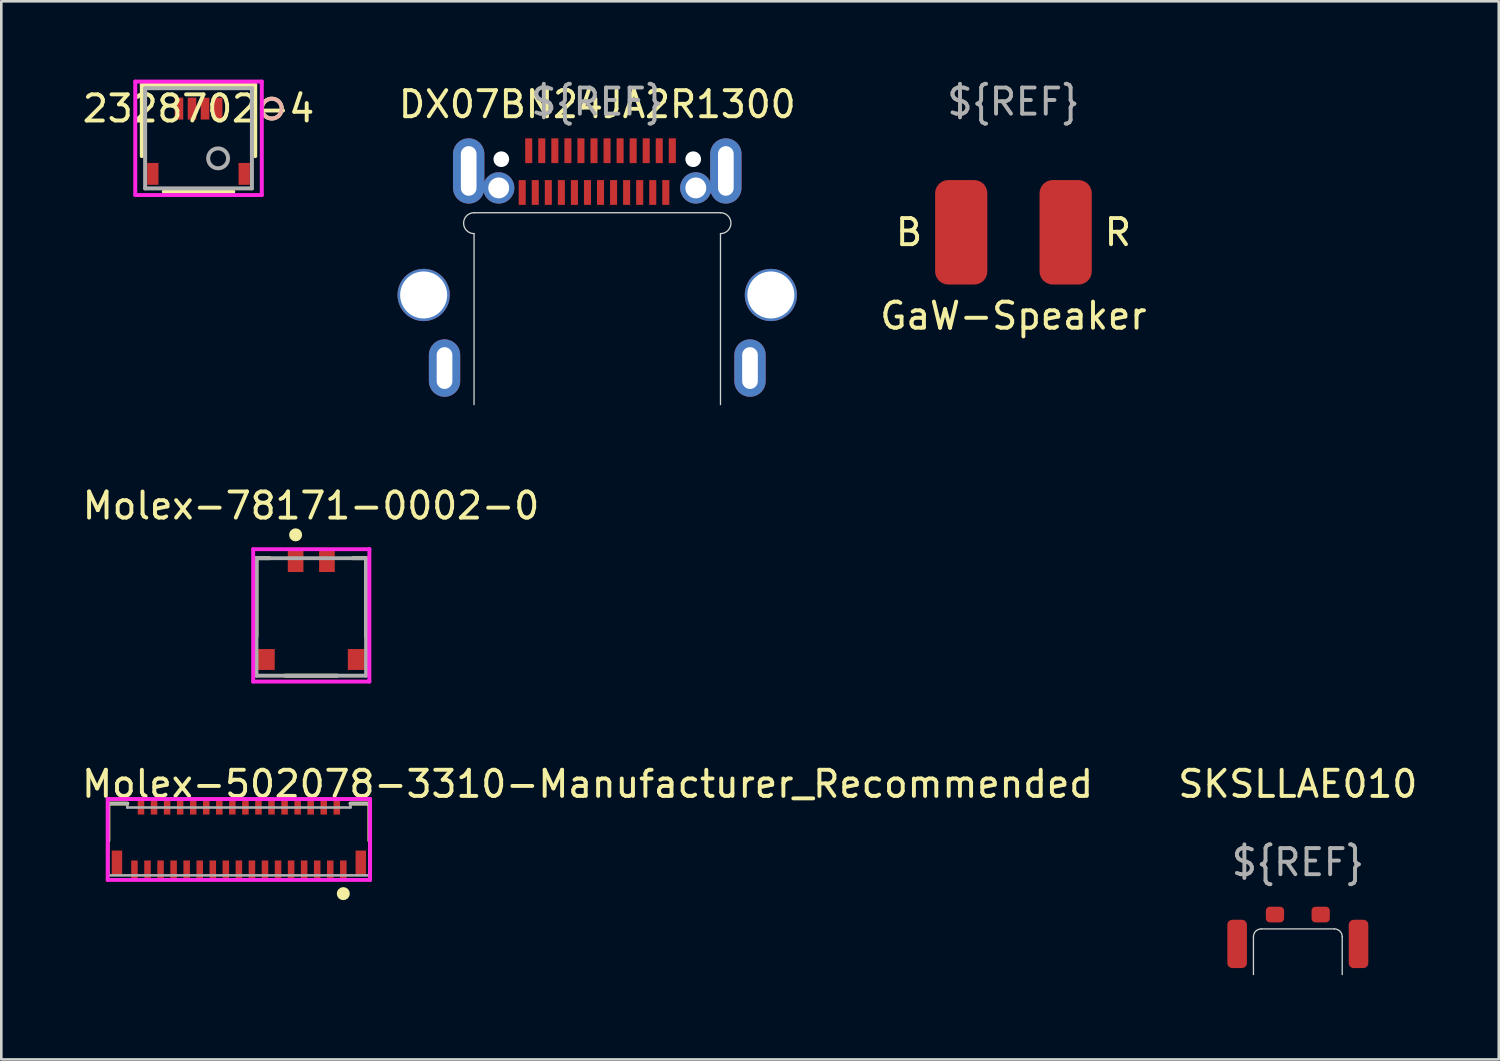
<source format=kicad_pcb>
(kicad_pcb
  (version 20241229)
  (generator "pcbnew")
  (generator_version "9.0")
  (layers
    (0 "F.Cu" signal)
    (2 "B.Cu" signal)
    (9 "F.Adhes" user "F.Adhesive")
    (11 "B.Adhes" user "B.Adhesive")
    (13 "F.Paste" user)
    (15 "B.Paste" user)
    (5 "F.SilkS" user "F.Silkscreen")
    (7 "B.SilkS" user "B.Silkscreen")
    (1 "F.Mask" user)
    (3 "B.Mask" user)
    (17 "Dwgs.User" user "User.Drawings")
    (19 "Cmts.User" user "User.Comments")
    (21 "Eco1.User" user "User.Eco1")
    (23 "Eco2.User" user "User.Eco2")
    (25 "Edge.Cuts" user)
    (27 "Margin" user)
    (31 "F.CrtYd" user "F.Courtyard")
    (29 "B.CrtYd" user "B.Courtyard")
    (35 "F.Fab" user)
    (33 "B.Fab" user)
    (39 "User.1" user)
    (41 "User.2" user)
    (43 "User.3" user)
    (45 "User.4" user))
  (footprint "Molex-502078-3310-Manufacturer_Recommended"
    (layer "F.Cu")
    (at 6.1 29.067)
    (property "Reference" "Molex-502078-3310-Manufacturer_Recommended" (at -6.1 -2.087 0) (layer "F.SilkS") (effects (font (size 1 1) (thickness 0.15)) (justify left)))
    (attr through_hole)
    (fp_line (start -5 -1.338) (end -4.275 -1.338) (stroke (width 0.15) (type solid)) (layer "F.SilkS"))
    (fp_line (start -5 0.084) (end -5 -1.338) (stroke (width 0.15) (type solid)) (layer "F.SilkS"))
    (fp_line (start 4.275 -1.338) (end 5 -1.338) (stroke (width 0.15) (type solid)) (layer "F.SilkS"))
    (fp_line (start 5 0.084) (end 5 -1.338) (stroke (width 0.15) (type solid)) (layer "F.SilkS"))
    (fp_circle (center 4 2.112) (end 4.125 2.112) (stroke (width 0.25) (type solid)) (fill no) (layer "F.SilkS"))
    (fp_line (start -5.025 -1.512) (end -5.025 1.587) (stroke (width 0.15) (type solid)) (layer "F.CrtYd"))
    (fp_line (start -5.025 1.587) (end 5.025 1.587) (stroke (width 0.15) (type solid)) (layer "F.CrtYd"))
    (fp_line (start 5.025 -1.512) (end -5.025 -1.512) (stroke (width 0.15) (type solid)) (layer "F.CrtYd"))
    (fp_line (start 5.025 -1.512) (end 5.025 -1.512) (stroke (width 0.15) (type solid)) (layer "F.CrtYd"))
    (fp_line (start 5.025 1.587) (end 5.025 -1.512) (stroke (width 0.15) (type solid)) (layer "F.CrtYd"))
    (fp_line (start -5 -1.338) (end -5 -1.338) (stroke (width 0.1) (type solid)) (layer "F.Fab"))
    (fp_line (start -5 -1.338) (end -4.275 -1.338) (stroke (width 0.1) (type solid)) (layer "F.Fab"))
    (fp_line (start -5 1.412) (end -5 -1.338) (stroke (width 0.1) (type solid)) (layer "F.Fab"))
    (fp_line (start -5 1.412) (end -5 1.412) (stroke (width 0.1) (type solid)) (layer "F.Fab"))
    (fp_line (start -5 1.412) (end 5 1.412) (stroke (width 0.1) (type solid)) (layer "F.Fab"))
    (fp_line (start -4.275 -1.188) (end -4.275 -1.338) (stroke (width 0.1) (type solid)) (layer "F.Fab"))
    (fp_line (start -4.275 -1.188) (end 4.275 -1.188) (stroke (width 0.1) (type solid)) (layer "F.Fab"))
    (fp_line (start 4.275 -1.338) (end 5 -1.338) (stroke (width 0.1) (type solid)) (layer "F.Fab"))
    (fp_line (start 4.275 -1.188) (end 4.275 -1.338) (stroke (width 0.1) (type solid)) (layer "F.Fab"))
    (fp_line (start 5 1.412) (end 5 -1.338) (stroke (width 0.1) (type solid)) (layer "F.Fab"))
    (pad "1" smd rect (at 4 1.202) (size 0.25 0.72) (layers "F.Cu" "F.Mask" "F.Paste"))
    (pad "2" smd rect (at 3.75 -1.202) (size 0.25 0.57) (layers "F.Cu" "F.Mask" "F.Paste"))
    (pad "3" smd rect (at 3.5 1.202) (size 0.25 0.72) (layers "F.Cu" "F.Mask" "F.Paste"))
    (pad "4" smd rect (at 3.25 -1.202) (size 0.25 0.57) (layers "F.Cu" "F.Mask" "F.Paste"))
    (pad "5" smd rect (at 3 1.202) (size 0.25 0.72) (layers "F.Cu" "F.Mask" "F.Paste"))
    (pad "6" smd rect (at 2.75 -1.202) (size 0.25 0.57) (layers "F.Cu" "F.Mask" "F.Paste"))
    (pad "7" smd rect (at 2.5 1.202) (size 0.25 0.72) (layers "F.Cu" "F.Mask" "F.Paste"))
    (pad "8" smd rect (at 2.25 -1.202) (size 0.25 0.57) (layers "F.Cu" "F.Mask" "F.Paste"))
    (pad "9" smd rect (at 2 1.202) (size 0.25 0.72) (layers "F.Cu" "F.Mask" "F.Paste"))
    (pad "10" smd rect (at 1.75 -1.202) (size 0.25 0.57) (layers "F.Cu" "F.Mask" "F.Paste"))
    (pad "11" smd rect (at 1.5 1.202) (size 0.25 0.72) (layers "F.Cu" "F.Mask" "F.Paste"))
    (pad "12" smd rect (at 1.25 -1.202) (size 0.25 0.57) (layers "F.Cu" "F.Mask" "F.Paste"))
    (pad "13" smd rect (at 1 1.202) (size 0.25 0.72) (layers "F.Cu" "F.Mask" "F.Paste"))
    (pad "14" smd rect (at 0.75 -1.202) (size 0.25 0.57) (layers "F.Cu" "F.Mask" "F.Paste"))
    (pad "15" smd rect (at 0.5 1.202) (size 0.25 0.72) (layers "F.Cu" "F.Mask" "F.Paste"))
    (pad "16" smd rect (at 0.25 -1.202) (size 0.25 0.57) (layers "F.Cu" "F.Mask" "F.Paste"))
    (pad "17" smd rect (at 0.000004 1.202) (size 0.25 0.72) (layers "F.Cu" "F.Mask" "F.Paste"))
    (pad "18" smd rect (at -0.25 -1.202) (size 0.25 0.57) (layers "F.Cu" "F.Mask" "F.Paste"))
    (pad "19" smd rect (at -0.5 1.202) (size 0.25 0.72) (layers "F.Cu" "F.Mask" "F.Paste"))
    (pad "20" smd rect (at -0.75 -1.202) (size 0.25 0.57) (layers "F.Cu" "F.Mask" "F.Paste"))
    (pad "21" smd rect (at -1 1.202) (size 0.25 0.72) (layers "F.Cu" "F.Mask" "F.Paste"))
    (pad "22" smd rect (at -1.25 -1.202) (size 0.25 0.57) (layers "F.Cu" "F.Mask" "F.Paste"))
    (pad "23" smd rect (at -1.5 1.202) (size 0.25 0.72) (layers "F.Cu" "F.Mask" "F.Paste"))
    (pad "24" smd rect (at -1.75 -1.202) (size 0.25 0.57) (layers "F.Cu" "F.Mask" "F.Paste"))
    (pad "25" smd rect (at -2 1.202) (size 0.25 0.72) (layers "F.Cu" "F.Mask" "F.Paste"))
    (pad "26" smd rect (at -2.25 -1.202) (size 0.25 0.57) (layers "F.Cu" "F.Mask" "F.Paste"))
    (pad "27" smd rect (at -2.5 1.202) (size 0.25 0.72) (layers "F.Cu" "F.Mask" "F.Paste"))
    (pad "28" smd rect (at -2.75 -1.202) (size 0.25 0.57) (layers "F.Cu" "F.Mask" "F.Paste"))
    (pad "29" smd rect (at -3 1.202) (size 0.25 0.72) (layers "F.Cu" "F.Mask" "F.Paste"))
    (pad "30" smd rect (at -3.25 -1.202) (size 0.25 0.57) (layers "F.Cu" "F.Mask" "F.Paste"))
    (pad "31" smd rect (at -3.5 1.202) (size 0.25 0.72) (layers "F.Cu" "F.Mask" "F.Paste"))
    (pad "32" smd rect (at -3.75 -1.202) (size 0.25 0.57) (layers "F.Cu" "F.Mask" "F.Paste"))
    (pad "33" smd rect (at -4 1.202) (size 0.25 0.72) (layers "F.Cu" "F.Mask" "F.Paste"))
    (pad "MP1" smd rect (at 4.67 0.937) (size 0.4 0.95) (layers "F.Cu" "F.Mask" "F.Paste"))
    (pad "MP2" smd rect (at -4.67 0.937) (size 0.4 0.95) (layers "F.Cu" "F.Mask" "F.Paste")))
  (footprint "SKSLLAE010"
    (layer "F.Cu")
    (at 46.661 34.28)
    (property "Reference" "SKSLLAE010" (at 0 -7.3 0) (unlocked yes) (layer "F.SilkS") (effects (font (size 1 1) (thickness 0.15))))
    (attr through_hole)
    (fp_line (start -1.7 -1.45) (end -1.7 0) (stroke (width 0.05) (type solid)) (layer "Edge.Cuts"))
    (fp_line (start -1.4 -1.75) (end 1.4 -1.75) (stroke (width 0.05) (type solid)) (layer "Edge.Cuts"))
    (fp_line (start 1.7 -1.45) (end 1.7 0) (stroke (width 0.05) (type solid)) (layer "Edge.Cuts"))
    (fp_arc (start -1.7 -1.45) (mid -1.612132 -1.662132) (end -1.4 -1.75) (stroke (width 0.05) (type solid)) (layer "Edge.Cuts"))
    (fp_arc (start 1.4 -1.75) (mid 1.612132 -1.662132) (end 1.7 -1.45) (stroke (width 0.05) (type solid)) (layer "Edge.Cuts"))
    (fp_text user "${REF}" (at 0 -4.3 0) (unlocked yes) (layer "F.Fab") (effects (font (size 1 1) (thickness 0.15))))
    (pad "1" smd roundrect (at -0.875 -2.3) (size 0.7 0.6) (layers "F.Cu" "F.Mask" "F.Paste") (roundrect_rratio 0.25))
    (pad "2" smd roundrect (at 0.875 -2.3) (size 0.7 0.6) (layers "F.Cu" "F.Mask" "F.Paste") (roundrect_rratio 0.25))
    (pad "MH" smd roundrect (at -2.325 -1.175) (size 0.75 1.85) (layers "F.Cu" "F.Mask" "F.Paste") (roundrect_rratio 0.25))
    (pad "MH" smd roundrect (at 2.325 -1.175) (size 0.75 1.85) (layers "F.Cu" "F.Mask" "F.Paste") (roundrect_rratio 0.25)))
  (footprint "DX07BN24JA2R1300"
    (layer "F.Cu")
    (at 19.827 3.048)
    (property "Reference" "DX07BN24JA2R1300" (at 0 -2.1 0) (unlocked yes) (layer "F.SilkS") (effects (font (size 1 1) (thickness 0.15))))
    (attr through_hole)
    (fp_line (start -4.72 2.05) (end 4.72 2.05) (stroke (width 0.05) (type solid)) (layer "Edge.Cuts"))
    (fp_line (start -4.72 9.4) (end -4.72 2.85) (stroke (width 0.05) (type solid)) (layer "Edge.Cuts"))
    (fp_line (start 4.72 9.4) (end 4.72 2.85) (stroke (width 0.05) (type solid)) (layer "Edge.Cuts"))
    (fp_arc (start -4.72 2.85) (mid -5.12 2.45) (end -4.72 2.05) (stroke (width 0.05) (type solid)) (layer "Edge.Cuts"))
    (fp_arc (start 4.72 2.05) (mid 5.12 2.45) (end 4.72 2.85) (stroke (width 0.05) (type solid)) (layer "Edge.Cuts"))
    (fp_text user "${REF}" (at 0 -2.2 0) (unlocked yes) (layer "F.Fab") (effects (font (size 1 1) (thickness 0.15))))
    (pad "" np_thru_hole circle (at -6.65 5.2) (size 2 2) (drill 1.8) (layers "*.Cu" "*.Mask"))
    (pad "" np_thru_hole circle (at -3.675 0) (size 0.6 0.6) (drill 0.6) (layers "*.Cu" "*.Mask"))
    (pad "" np_thru_hole circle (at 3.675 0) (size 0.6 0.6) (drill 0.6) (layers "*.Cu" "*.Mask"))
    (pad "" np_thru_hole circle (at 6.65 5.2 90) (size 2 2) (drill 1.8) (layers "*.Cu" "*.Mask"))
    (pad "A1" smd rect (at -2.625 -0.325) (size 0.27 0.95) (layers "F.Cu" "F.Mask" "F.Paste"))
    (pad "A2" smd rect (at -2.125 -0.325) (size 0.27 0.95) (layers "F.Cu" "F.Mask" "F.Paste"))
    (pad "A3" smd rect (at -1.625 -0.325) (size 0.27 0.95) (layers "F.Cu" "F.Mask" "F.Paste"))
    (pad "A4" smd rect (at -1.125 -0.325) (size 0.27 0.95) (layers "F.Cu" "F.Mask" "F.Paste"))
    (pad "A5" smd rect (at -0.625 -0.325) (size 0.27 0.95) (layers "F.Cu" "F.Mask" "F.Paste"))
    (pad "A6" smd rect (at -0.125 -0.325) (size 0.27 0.95) (layers "F.Cu" "F.Mask" "F.Paste"))
    (pad "A7" smd rect (at 0.375 -0.325) (size 0.27 0.95) (layers "F.Cu" "F.Mask" "F.Paste"))
    (pad "A8" smd rect (at 0.875 -0.325) (size 0.27 0.95) (layers "F.Cu" "F.Mask" "F.Paste"))
    (pad "A9" smd rect (at 1.375 -0.325) (size 0.27 0.95) (layers "F.Cu" "F.Mask" "F.Paste"))
    (pad "A10" smd rect (at 1.875 -0.325) (size 0.27 0.95) (layers "F.Cu" "F.Mask" "F.Paste"))
    (pad "A11" smd rect (at 2.375 -0.325) (size 0.27 0.95) (layers "F.Cu" "F.Mask" "F.Paste"))
    (pad "A12" smd rect (at 2.875 -0.325) (size 0.27 0.95) (layers "F.Cu" "F.Mask" "F.Paste"))
    (pad "B1" smd rect (at 2.625 1.275) (size 0.27 0.95) (layers "F.Cu" "F.Mask" "F.Paste"))
    (pad "B2" smd rect (at 2.125 1.275) (size 0.27 0.95) (layers "F.Cu" "F.Mask" "F.Paste"))
    (pad "B3" smd rect (at 1.625 1.275) (size 0.27 0.95) (layers "F.Cu" "F.Mask" "F.Paste"))
    (pad "B4" smd rect (at 1.125 1.275) (size 0.27 0.95) (layers "F.Cu" "F.Mask" "F.Paste"))
    (pad "B5" smd rect (at 0.625 1.275) (size 0.27 0.95) (layers "F.Cu" "F.Mask" "F.Paste"))
    (pad "B6" smd rect (at 0.125 1.275) (size 0.27 0.95) (layers "F.Cu" "F.Mask" "F.Paste"))
    (pad "B7" smd rect (at -0.375 1.275) (size 0.27 0.95) (layers "F.Cu" "F.Mask" "F.Paste"))
    (pad "B8" smd rect (at -0.875 1.275) (size 0.27 0.95) (layers "F.Cu" "F.Mask" "F.Paste"))
    (pad "B9" smd rect (at -1.375 1.275) (size 0.27 0.95) (layers "F.Cu" "F.Mask" "F.Paste"))
    (pad "B10" smd rect (at -1.875 1.275) (size 0.27 0.95) (layers "F.Cu" "F.Mask" "F.Paste"))
    (pad "B11" smd rect (at -2.375 1.275) (size 0.27 0.95) (layers "F.Cu" "F.Mask" "F.Paste"))
    (pad "B12" smd rect (at -2.875 1.275) (size 0.27 0.95) (layers "F.Cu" "F.Mask" "F.Paste"))
    (pad "S1" thru_hole oval (at -5.85 8) (size 1.2 2.2) (drill oval 0.6 1.6) (layers "*.Cu" "*.Mask"))
    (pad "S1" thru_hole oval (at -4.925 0.45) (size 1.2 2.5) (drill oval 0.6 1.9) (layers "*.Cu" "*.Mask"))
    (pad "S1" thru_hole circle (at -3.775 1.1) (size 1.2 1.2) (drill 0.8) (layers "*.Cu" "*.Mask"))
    (pad "S1" thru_hole circle (at 3.775 1.1) (size 1.2 1.2) (drill 0.8) (layers "*.Cu" "*.Mask"))
    (pad "S1" thru_hole oval (at 4.925 0.45) (size 1.2 2.5) (drill oval 0.6 1.9) (layers "*.Cu" "*.Mask"))
    (pad "S1" thru_hole oval (at 5.85 8) (size 1.2 2.2) (drill oval 0.6 1.6) (layers "*.Cu" "*.Mask")))
  (footprint "Molex-78171-0002-0"
    (layer "F.Cu")
    (at 8.873 20.581)
    (property "Reference" "Molex-78171-0002-0" (at -0.01 -4.26 0) (layer "F.SilkS") (effects (font (size 1 1) (thickness 0.15))))
    (attr through_hole)
    (fp_line (start -2.1 0.75) (end -2.1 -2.25) (stroke (width 0.15) (type solid)) (layer "F.SilkS"))
    (fp_line (start -1.6 -2.25) (end -2.1 -2.25) (stroke (width 0.15) (type solid)) (layer "F.SilkS"))
    (fp_line (start 1 2.25) (end -1 2.25) (stroke (width 0.15) (type solid)) (layer "F.SilkS"))
    (fp_line (start 1.6 -2.25) (end 2.1 -2.25) (stroke (width 0.15) (type solid)) (layer "F.SilkS"))
    (fp_line (start 2.1 0.75) (end 2.1 -2.25) (stroke (width 0.15) (type solid)) (layer "F.SilkS"))
    (fp_circle (center -0.6 -3.145) (end -0.475 -3.145) (stroke (width 0.25) (type solid)) (fill no) (layer "F.SilkS"))
    (fp_line (start -2.225 -2.595) (end -2.225 2.475) (stroke (width 0.15) (type solid)) (layer "F.CrtYd"))
    (fp_line (start -2.225 2.475) (end 2.225 2.475) (stroke (width 0.15) (type solid)) (layer "F.CrtYd"))
    (fp_line (start 2.225 -2.595) (end -2.225 -2.595) (stroke (width 0.15) (type solid)) (layer "F.CrtYd"))
    (fp_line (start 2.225 -2.595) (end 2.225 -2.595) (stroke (width 0.15) (type solid)) (layer "F.CrtYd"))
    (fp_line (start 2.225 2.475) (end 2.225 -2.595) (stroke (width 0.15) (type solid)) (layer "F.CrtYd"))
    (fp_line (start -2.1 -2.25) (end 2.1 -2.25) (stroke (width 0.15) (type solid)) (layer "F.Fab"))
    (fp_line (start -2.1 2.25) (end -2.1 -2.25) (stroke (width 0.15) (type solid)) (layer "F.Fab"))
    (fp_line (start 2.1 -2.25) (end 2.1 2.25) (stroke (width 0.15) (type solid)) (layer "F.Fab"))
    (fp_line (start 2.1 2.25) (end -2.1 2.25) (stroke (width 0.15) (type solid)) (layer "F.Fab"))
    (pad "1" smd rect (at -0.6 -2.145) (size 0.6 0.85) (layers "F.Cu" "F.Mask" "F.Paste"))
    (pad "2" smd rect (at 0.6 -2.145) (size 0.6 0.85) (layers "F.Cu" "F.Mask" "F.Paste"))
    (pad "3" smd rect (at -1.75 1.63) (size 0.7 0.8) (layers "F.Cu" "F.Mask" "F.Paste"))
    (pad "4" smd rect (at 1.75 1.63) (size 0.7 0.8) (layers "F.Cu" "F.Mask" "F.Paste")))
  (footprint "2328702-4"
    (layer "F.Cu")
    (at 4.554 2.248)
    (property "Reference" "2328702-4" (at 0 -1.138 0) (layer "F.SilkS") (effects (font (size 1 1) (thickness 0.15))))
    (attr through_hole)
    (fp_line (start -2.172 -2.045) (end -2.172 0.682) (stroke (width 0.152) (type solid)) (layer "F.SilkS"))
    (fp_line (start -1.331 2.045) (end 1.331 2.045) (stroke (width 0.152) (type solid)) (layer "F.SilkS"))
    (fp_line (start 2.172 -2.045) (end -2.172 -2.045) (stroke (width 0.152) (type solid)) (layer "F.SilkS"))
    (fp_line (start 2.172 0.682) (end 2.172 -2.045) (stroke (width 0.152) (type solid)) (layer "F.SilkS"))
    (fp_circle (center 2.807 -1.138) (end 3.188 -1.138) (stroke (width 0.152) (type solid)) (fill no) (layer "F.SilkS"))
    (fp_circle (center 2.807 -1.138) (end 3.188 -1.138) (stroke (width 0.152) (type solid)) (fill no) (layer "B.SilkS"))
    (fp_line (start -2.423 -2.172) (end -2.423 2.172) (stroke (width 0.152) (type solid)) (layer "F.CrtYd"))
    (fp_line (start -2.423 2.172) (end 2.423 2.172) (stroke (width 0.152) (type solid)) (layer "F.CrtYd"))
    (fp_line (start 2.423 -2.172) (end -2.423 -2.172) (stroke (width 0.152) (type solid)) (layer "F.CrtYd"))
    (fp_line (start 2.423 2.172) (end 2.423 -2.172) (stroke (width 0.152) (type solid)) (layer "F.CrtYd"))
    (fp_line (start -2.045 -1.918) (end -2.045 1.918) (stroke (width 0.152) (type solid)) (layer "F.Fab"))
    (fp_line (start -2.045 1.918) (end 2.045 1.918) (stroke (width 0.152) (type solid)) (layer "F.Fab"))
    (fp_line (start 2.045 -1.918) (end -2.045 -1.918) (stroke (width 0.152) (type solid)) (layer "F.Fab"))
    (fp_line (start 2.045 1.918) (end 2.045 -1.918) (stroke (width 0.152) (type solid)) (layer "F.Fab"))
    (fp_circle (center 0.75 0.767) (end 1.131 0.767) (stroke (width 0.152) (type solid)) (fill no) (layer "F.Fab"))
    (pad "1" smd rect (at 0.75 -1.138) (size 0.33 0.838) (layers "F.Cu" "F.Mask" "F.Paste"))
    (pad "2" smd rect (at 0.25 -1.138) (size 0.33 0.838) (layers "F.Cu" "F.Mask" "F.Paste"))
    (pad "3" smd rect (at -0.25 -1.138) (size 0.33 0.838) (layers "F.Cu" "F.Mask" "F.Paste"))
    (pad "4" smd rect (at -0.75 -1.138) (size 0.33 0.838) (layers "F.Cu" "F.Mask" "F.Paste"))
    (pad "5" smd rect (at -1.75 1.362 90) (size 0.838 0.432) (layers "F.Cu" "F.Mask" "F.Paste"))
    (pad "6" smd rect (at 1.75 1.362 90) (size 0.838 0.432) (layers "F.Cu" "F.Mask" "F.Paste")))
  (footprint "GaW-Speaker"
    (layer "F.Cu")
    (at 35.768 5.848)
    (property "Reference" "GaW-Speaker" (at 0 3.2 0) (unlocked yes) (layer "F.SilkS") (effects (font (size 1 1) (thickness 0.15))))
    (attr through_hole)
    (fp_text user "B" (at -4 0 0) (unlocked yes) (layer "F.SilkS") (effects (font (size 1 1) (thickness 0.15))))
    (fp_text user "R" (at 4 0 0) (unlocked yes) (layer "F.SilkS") (effects (font (size 1 1) (thickness 0.15))))
    (fp_text user "${REF}" (at 0 -5 0) (unlocked yes) (layer "F.Fab") (effects (font (size 1 1) (thickness 0.15))))
    (pad "1" smd roundrect (at -2 0) (size 2 4) (layers "F.Cu" "F.Mask" "F.Paste") (roundrect_rratio 0.25))
    (pad "2" smd roundrect (at 2 0) (size 2 4) (layers "F.Cu" "F.Mask" "F.Paste") (roundrect_rratio 0.25)))
  (gr_rect
    (start -3 -3)
    (end 54.357 37.53)
    (stroke (width 0.1) (type default))
    (fill no)
    (layer "Edge.Cuts")))
</source>
